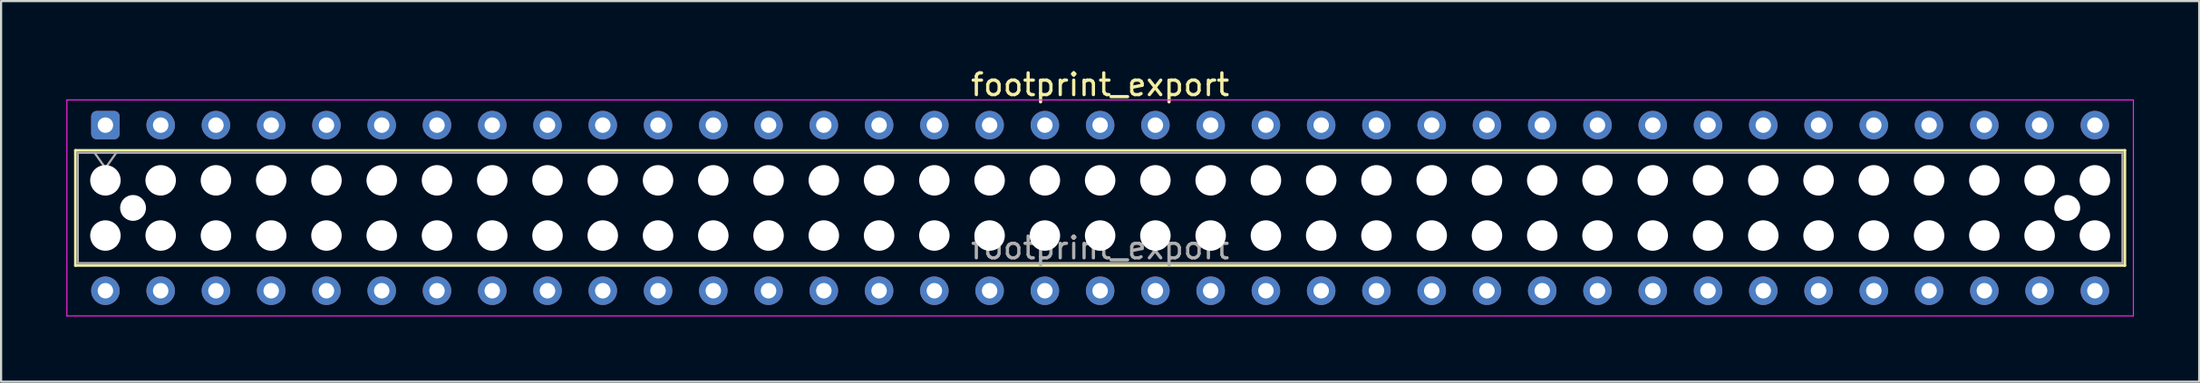
<source format=kicad_pcb>
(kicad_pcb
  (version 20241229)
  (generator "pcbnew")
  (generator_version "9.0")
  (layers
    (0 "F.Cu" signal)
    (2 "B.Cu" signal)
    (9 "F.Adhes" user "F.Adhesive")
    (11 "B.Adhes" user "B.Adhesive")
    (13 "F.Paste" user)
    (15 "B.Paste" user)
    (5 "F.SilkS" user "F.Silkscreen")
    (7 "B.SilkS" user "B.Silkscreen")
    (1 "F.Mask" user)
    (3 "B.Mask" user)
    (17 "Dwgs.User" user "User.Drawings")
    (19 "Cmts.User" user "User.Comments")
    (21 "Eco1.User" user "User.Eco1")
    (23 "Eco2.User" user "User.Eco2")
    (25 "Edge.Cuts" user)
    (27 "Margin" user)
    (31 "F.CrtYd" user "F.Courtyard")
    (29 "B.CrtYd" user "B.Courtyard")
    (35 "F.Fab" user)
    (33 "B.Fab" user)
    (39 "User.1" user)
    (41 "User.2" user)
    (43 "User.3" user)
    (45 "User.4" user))
  (footprint "footprint_export"
    (layer "F.Cu")
    (at 1.795 2.708)
    (property "Reference" "footprint_export" (at 45.72 -1.86 0) (layer "F.SilkS") (effects (font (size 1 1) (thickness 0.15))))
    (attr through_hole)
    (fp_line (start -1.38 1.16) (end 92.82 1.16) (stroke (width 0.12) (type solid)) (layer "F.SilkS"))
    (fp_line (start -1.38 6.46) (end -1.38 1.16) (stroke (width 0.12) (type solid)) (layer "F.SilkS"))
    (fp_line (start 92.82 1.16) (end 92.82 6.46) (stroke (width 0.12) (type solid)) (layer "F.SilkS"))
    (fp_line (start 92.82 6.46) (end -1.38 6.46) (stroke (width 0.12) (type solid)) (layer "F.SilkS"))
    (fp_line (start -1.77 -1.16) (end 93.21 -1.16) (stroke (width 0.05) (type solid)) (layer "F.CrtYd"))
    (fp_line (start -1.77 8.78) (end -1.77 -1.16) (stroke (width 0.05) (type solid)) (layer "F.CrtYd"))
    (fp_line (start 93.21 -1.16) (end 93.21 8.78) (stroke (width 0.05) (type solid)) (layer "F.CrtYd"))
    (fp_line (start 93.21 8.78) (end -1.77 8.78) (stroke (width 0.05) (type solid)) (layer "F.CrtYd"))
    (fp_line (start -1.27 1.27) (end 92.71 1.27) (stroke (width 0.1) (type solid)) (layer "F.Fab"))
    (fp_line (start -1.27 6.35) (end -1.27 1.27) (stroke (width 0.1) (type solid)) (layer "F.Fab"))
    (fp_line (start -0.5 1.27) (end 0 1.977) (stroke (width 0.1) (type solid)) (layer "F.Fab"))
    (fp_line (start 0 1.977) (end 0.5 1.27) (stroke (width 0.1) (type solid)) (layer "F.Fab"))
    (fp_line (start 92.71 1.27) (end 92.71 6.35) (stroke (width 0.1) (type solid)) (layer "F.Fab"))
    (fp_line (start 92.71 6.35) (end -1.27 6.35) (stroke (width 0.1) (type solid)) (layer "F.Fab"))
    (fp_text user "${REFERENCE}" (at 45.72 5.65 0) (layer "F.Fab") (effects (font (size 1 1) (thickness 0.15))))
    (pad "" np_thru_hole circle (at 0 2.54) (size 1.4 1.4) (drill 1.4) (layers "*.Cu" "*.Mask"))
    (pad "" np_thru_hole circle (at 0 5.08) (size 1.4 1.4) (drill 1.4) (layers "*.Cu" "*.Mask"))
    (pad "" np_thru_hole circle (at 1.27 3.81) (size 1.19 1.19) (drill 1.19) (layers "*.Cu" "*.Mask"))
    (pad "" np_thru_hole circle (at 2.54 2.54) (size 1.4 1.4) (drill 1.4) (layers "*.Cu" "*.Mask"))
    (pad "" np_thru_hole circle (at 2.54 5.08) (size 1.4 1.4) (drill 1.4) (layers "*.Cu" "*.Mask"))
    (pad "" np_thru_hole circle (at 5.08 2.54) (size 1.4 1.4) (drill 1.4) (layers "*.Cu" "*.Mask"))
    (pad "" np_thru_hole circle (at 5.08 5.08) (size 1.4 1.4) (drill 1.4) (layers "*.Cu" "*.Mask"))
    (pad "" np_thru_hole circle (at 7.62 2.54) (size 1.4 1.4) (drill 1.4) (layers "*.Cu" "*.Mask"))
    (pad "" np_thru_hole circle (at 7.62 5.08) (size 1.4 1.4) (drill 1.4) (layers "*.Cu" "*.Mask"))
    (pad "" np_thru_hole circle (at 10.16 2.54) (size 1.4 1.4) (drill 1.4) (layers "*.Cu" "*.Mask"))
    (pad "" np_thru_hole circle (at 10.16 5.08) (size 1.4 1.4) (drill 1.4) (layers "*.Cu" "*.Mask"))
    (pad "" np_thru_hole circle (at 12.7 2.54) (size 1.4 1.4) (drill 1.4) (layers "*.Cu" "*.Mask"))
    (pad "" np_thru_hole circle (at 12.7 5.08) (size 1.4 1.4) (drill 1.4) (layers "*.Cu" "*.Mask"))
    (pad "" np_thru_hole circle (at 15.24 2.54) (size 1.4 1.4) (drill 1.4) (layers "*.Cu" "*.Mask"))
    (pad "" np_thru_hole circle (at 15.24 5.08) (size 1.4 1.4) (drill 1.4) (layers "*.Cu" "*.Mask"))
    (pad "" np_thru_hole circle (at 17.78 2.54) (size 1.4 1.4) (drill 1.4) (layers "*.Cu" "*.Mask"))
    (pad "" np_thru_hole circle (at 17.78 5.08) (size 1.4 1.4) (drill 1.4) (layers "*.Cu" "*.Mask"))
    (pad "" np_thru_hole circle (at 20.32 2.54) (size 1.4 1.4) (drill 1.4) (layers "*.Cu" "*.Mask"))
    (pad "" np_thru_hole circle (at 20.32 5.08) (size 1.4 1.4) (drill 1.4) (layers "*.Cu" "*.Mask"))
    (pad "" np_thru_hole circle (at 22.86 2.54) (size 1.4 1.4) (drill 1.4) (layers "*.Cu" "*.Mask"))
    (pad "" np_thru_hole circle (at 22.86 5.08) (size 1.4 1.4) (drill 1.4) (layers "*.Cu" "*.Mask"))
    (pad "" np_thru_hole circle (at 25.4 2.54) (size 1.4 1.4) (drill 1.4) (layers "*.Cu" "*.Mask"))
    (pad "" np_thru_hole circle (at 25.4 5.08) (size 1.4 1.4) (drill 1.4) (layers "*.Cu" "*.Mask"))
    (pad "" np_thru_hole circle (at 27.94 2.54) (size 1.4 1.4) (drill 1.4) (layers "*.Cu" "*.Mask"))
    (pad "" np_thru_hole circle (at 27.94 5.08) (size 1.4 1.4) (drill 1.4) (layers "*.Cu" "*.Mask"))
    (pad "" np_thru_hole circle (at 30.48 2.54) (size 1.4 1.4) (drill 1.4) (layers "*.Cu" "*.Mask"))
    (pad "" np_thru_hole circle (at 30.48 5.08) (size 1.4 1.4) (drill 1.4) (layers "*.Cu" "*.Mask"))
    (pad "" np_thru_hole circle (at 33.02 2.54) (size 1.4 1.4) (drill 1.4) (layers "*.Cu" "*.Mask"))
    (pad "" np_thru_hole circle (at 33.02 5.08) (size 1.4 1.4) (drill 1.4) (layers "*.Cu" "*.Mask"))
    (pad "" np_thru_hole circle (at 35.56 2.54) (size 1.4 1.4) (drill 1.4) (layers "*.Cu" "*.Mask"))
    (pad "" np_thru_hole circle (at 35.56 5.08) (size 1.4 1.4) (drill 1.4) (layers "*.Cu" "*.Mask"))
    (pad "" np_thru_hole circle (at 38.1 2.54) (size 1.4 1.4) (drill 1.4) (layers "*.Cu" "*.Mask"))
    (pad "" np_thru_hole circle (at 38.1 5.08) (size 1.4 1.4) (drill 1.4) (layers "*.Cu" "*.Mask"))
    (pad "" np_thru_hole circle (at 40.64 2.54) (size 1.4 1.4) (drill 1.4) (layers "*.Cu" "*.Mask"))
    (pad "" np_thru_hole circle (at 40.64 5.08) (size 1.4 1.4) (drill 1.4) (layers "*.Cu" "*.Mask"))
    (pad "" np_thru_hole circle (at 43.18 2.54) (size 1.4 1.4) (drill 1.4) (layers "*.Cu" "*.Mask"))
    (pad "" np_thru_hole circle (at 43.18 5.08) (size 1.4 1.4) (drill 1.4) (layers "*.Cu" "*.Mask"))
    (pad "" np_thru_hole circle (at 45.72 2.54) (size 1.4 1.4) (drill 1.4) (layers "*.Cu" "*.Mask"))
    (pad "" np_thru_hole circle (at 45.72 5.08) (size 1.4 1.4) (drill 1.4) (layers "*.Cu" "*.Mask"))
    (pad "" np_thru_hole circle (at 48.26 2.54) (size 1.4 1.4) (drill 1.4) (layers "*.Cu" "*.Mask"))
    (pad "" np_thru_hole circle (at 48.26 5.08) (size 1.4 1.4) (drill 1.4) (layers "*.Cu" "*.Mask"))
    (pad "" np_thru_hole circle (at 50.8 2.54) (size 1.4 1.4) (drill 1.4) (layers "*.Cu" "*.Mask"))
    (pad "" np_thru_hole circle (at 50.8 5.08) (size 1.4 1.4) (drill 1.4) (layers "*.Cu" "*.Mask"))
    (pad "" np_thru_hole circle (at 53.34 2.54) (size 1.4 1.4) (drill 1.4) (layers "*.Cu" "*.Mask"))
    (pad "" np_thru_hole circle (at 53.34 5.08) (size 1.4 1.4) (drill 1.4) (layers "*.Cu" "*.Mask"))
    (pad "" np_thru_hole circle (at 55.88 2.54) (size 1.4 1.4) (drill 1.4) (layers "*.Cu" "*.Mask"))
    (pad "" np_thru_hole circle (at 55.88 5.08) (size 1.4 1.4) (drill 1.4) (layers "*.Cu" "*.Mask"))
    (pad "" np_thru_hole circle (at 58.42 2.54) (size 1.4 1.4) (drill 1.4) (layers "*.Cu" "*.Mask"))
    (pad "" np_thru_hole circle (at 58.42 5.08) (size 1.4 1.4) (drill 1.4) (layers "*.Cu" "*.Mask"))
    (pad "" np_thru_hole circle (at 60.96 2.54) (size 1.4 1.4) (drill 1.4) (layers "*.Cu" "*.Mask"))
    (pad "" np_thru_hole circle (at 60.96 5.08) (size 1.4 1.4) (drill 1.4) (layers "*.Cu" "*.Mask"))
    (pad "" np_thru_hole circle (at 63.5 2.54) (size 1.4 1.4) (drill 1.4) (layers "*.Cu" "*.Mask"))
    (pad "" np_thru_hole circle (at 63.5 5.08) (size 1.4 1.4) (drill 1.4) (layers "*.Cu" "*.Mask"))
    (pad "" np_thru_hole circle (at 66.04 2.54) (size 1.4 1.4) (drill 1.4) (layers "*.Cu" "*.Mask"))
    (pad "" np_thru_hole circle (at 66.04 5.08) (size 1.4 1.4) (drill 1.4) (layers "*.Cu" "*.Mask"))
    (pad "" np_thru_hole circle (at 68.58 2.54) (size 1.4 1.4) (drill 1.4) (layers "*.Cu" "*.Mask"))
    (pad "" np_thru_hole circle (at 68.58 5.08) (size 1.4 1.4) (drill 1.4) (layers "*.Cu" "*.Mask"))
    (pad "" np_thru_hole circle (at 71.12 2.54) (size 1.4 1.4) (drill 1.4) (layers "*.Cu" "*.Mask"))
    (pad "" np_thru_hole circle (at 71.12 5.08) (size 1.4 1.4) (drill 1.4) (layers "*.Cu" "*.Mask"))
    (pad "" np_thru_hole circle (at 73.66 2.54) (size 1.4 1.4) (drill 1.4) (layers "*.Cu" "*.Mask"))
    (pad "" np_thru_hole circle (at 73.66 5.08) (size 1.4 1.4) (drill 1.4) (layers "*.Cu" "*.Mask"))
    (pad "" np_thru_hole circle (at 76.2 2.54) (size 1.4 1.4) (drill 1.4) (layers "*.Cu" "*.Mask"))
    (pad "" np_thru_hole circle (at 76.2 5.08) (size 1.4 1.4) (drill 1.4) (layers "*.Cu" "*.Mask"))
    (pad "" np_thru_hole circle (at 78.74 2.54) (size 1.4 1.4) (drill 1.4) (layers "*.Cu" "*.Mask"))
    (pad "" np_thru_hole circle (at 78.74 5.08) (size 1.4 1.4) (drill 1.4) (layers "*.Cu" "*.Mask"))
    (pad "" np_thru_hole circle (at 81.28 2.54) (size 1.4 1.4) (drill 1.4) (layers "*.Cu" "*.Mask"))
    (pad "" np_thru_hole circle (at 81.28 5.08) (size 1.4 1.4) (drill 1.4) (layers "*.Cu" "*.Mask"))
    (pad "" np_thru_hole circle (at 83.82 2.54) (size 1.4 1.4) (drill 1.4) (layers "*.Cu" "*.Mask"))
    (pad "" np_thru_hole circle (at 83.82 5.08) (size 1.4 1.4) (drill 1.4) (layers "*.Cu" "*.Mask"))
    (pad "" np_thru_hole circle (at 86.36 2.54) (size 1.4 1.4) (drill 1.4) (layers "*.Cu" "*.Mask"))
    (pad "" np_thru_hole circle (at 86.36 5.08) (size 1.4 1.4) (drill 1.4) (layers "*.Cu" "*.Mask"))
    (pad "" np_thru_hole circle (at 88.9 2.54) (size 1.4 1.4) (drill 1.4) (layers "*.Cu" "*.Mask"))
    (pad "" np_thru_hole circle (at 88.9 5.08) (size 1.4 1.4) (drill 1.4) (layers "*.Cu" "*.Mask"))
    (pad "" np_thru_hole circle (at 90.17 3.81) (size 1.19 1.19) (drill 1.19) (layers "*.Cu" "*.Mask"))
    (pad "" np_thru_hole circle (at 91.44 2.54) (size 1.4 1.4) (drill 1.4) (layers "*.Cu" "*.Mask"))
    (pad "" np_thru_hole circle (at 91.44 5.08) (size 1.4 1.4) (drill 1.4) (layers "*.Cu" "*.Mask"))
    (pad "1" thru_hole roundrect (at 0 0) (size 1.31 1.31) (drill 0.71) (layers "*.Cu" "*.Mask") (roundrect_rratio 0.191))
    (pad "2" thru_hole circle (at 0 7.62) (size 1.31 1.31) (drill 0.71) (layers "*.Cu" "*.Mask"))
    (pad "3" thru_hole circle (at 2.54 0) (size 1.31 1.31) (drill 0.71) (layers "*.Cu" "*.Mask"))
    (pad "4" thru_hole circle (at 2.54 7.62) (size 1.31 1.31) (drill 0.71) (layers "*.Cu" "*.Mask"))
    (pad "5" thru_hole circle (at 5.08 0) (size 1.31 1.31) (drill 0.71) (layers "*.Cu" "*.Mask"))
    (pad "6" thru_hole circle (at 5.08 7.62) (size 1.31 1.31) (drill 0.71) (layers "*.Cu" "*.Mask"))
    (pad "7" thru_hole circle (at 7.62 0) (size 1.31 1.31) (drill 0.71) (layers "*.Cu" "*.Mask"))
    (pad "8" thru_hole circle (at 7.62 7.62) (size 1.31 1.31) (drill 0.71) (layers "*.Cu" "*.Mask"))
    (pad "9" thru_hole circle (at 10.16 0) (size 1.31 1.31) (drill 0.71) (layers "*.Cu" "*.Mask"))
    (pad "10" thru_hole circle (at 10.16 7.62) (size 1.31 1.31) (drill 0.71) (layers "*.Cu" "*.Mask"))
    (pad "11" thru_hole circle (at 12.7 0) (size 1.31 1.31) (drill 0.71) (layers "*.Cu" "*.Mask"))
    (pad "12" thru_hole circle (at 12.7 7.62) (size 1.31 1.31) (drill 0.71) (layers "*.Cu" "*.Mask"))
    (pad "13" thru_hole circle (at 15.24 0) (size 1.31 1.31) (drill 0.71) (layers "*.Cu" "*.Mask"))
    (pad "14" thru_hole circle (at 15.24 7.62) (size 1.31 1.31) (drill 0.71) (layers "*.Cu" "*.Mask"))
    (pad "15" thru_hole circle (at 17.78 0) (size 1.31 1.31) (drill 0.71) (layers "*.Cu" "*.Mask"))
    (pad "16" thru_hole circle (at 17.78 7.62) (size 1.31 1.31) (drill 0.71) (layers "*.Cu" "*.Mask"))
    (pad "17" thru_hole circle (at 20.32 0) (size 1.31 1.31) (drill 0.71) (layers "*.Cu" "*.Mask"))
    (pad "18" thru_hole circle (at 20.32 7.62) (size 1.31 1.31) (drill 0.71) (layers "*.Cu" "*.Mask"))
    (pad "19" thru_hole circle (at 22.86 0) (size 1.31 1.31) (drill 0.71) (layers "*.Cu" "*.Mask"))
    (pad "20" thru_hole circle (at 22.86 7.62) (size 1.31 1.31) (drill 0.71) (layers "*.Cu" "*.Mask"))
    (pad "21" thru_hole circle (at 25.4 0) (size 1.31 1.31) (drill 0.71) (layers "*.Cu" "*.Mask"))
    (pad "22" thru_hole circle (at 25.4 7.62) (size 1.31 1.31) (drill 0.71) (layers "*.Cu" "*.Mask"))
    (pad "23" thru_hole circle (at 27.94 0) (size 1.31 1.31) (drill 0.71) (layers "*.Cu" "*.Mask"))
    (pad "24" thru_hole circle (at 27.94 7.62) (size 1.31 1.31) (drill 0.71) (layers "*.Cu" "*.Mask"))
    (pad "25" thru_hole circle (at 30.48 0) (size 1.31 1.31) (drill 0.71) (layers "*.Cu" "*.Mask"))
    (pad "26" thru_hole circle (at 30.48 7.62) (size 1.31 1.31) (drill 0.71) (layers "*.Cu" "*.Mask"))
    (pad "27" thru_hole circle (at 33.02 0) (size 1.31 1.31) (drill 0.71) (layers "*.Cu" "*.Mask"))
    (pad "28" thru_hole circle (at 33.02 7.62) (size 1.31 1.31) (drill 0.71) (layers "*.Cu" "*.Mask"))
    (pad "29" thru_hole circle (at 35.56 0) (size 1.31 1.31) (drill 0.71) (layers "*.Cu" "*.Mask"))
    (pad "30" thru_hole circle (at 35.56 7.62) (size 1.31 1.31) (drill 0.71) (layers "*.Cu" "*.Mask"))
    (pad "31" thru_hole circle (at 38.1 0) (size 1.31 1.31) (drill 0.71) (layers "*.Cu" "*.Mask"))
    (pad "32" thru_hole circle (at 38.1 7.62) (size 1.31 1.31) (drill 0.71) (layers "*.Cu" "*.Mask"))
    (pad "33" thru_hole circle (at 40.64 0) (size 1.31 1.31) (drill 0.71) (layers "*.Cu" "*.Mask"))
    (pad "34" thru_hole circle (at 40.64 7.62) (size 1.31 1.31) (drill 0.71) (layers "*.Cu" "*.Mask"))
    (pad "35" thru_hole circle (at 43.18 0) (size 1.31 1.31) (drill 0.71) (layers "*.Cu" "*.Mask"))
    (pad "36" thru_hole circle (at 43.18 7.62) (size 1.31 1.31) (drill 0.71) (layers "*.Cu" "*.Mask"))
    (pad "37" thru_hole circle (at 45.72 0) (size 1.31 1.31) (drill 0.71) (layers "*.Cu" "*.Mask"))
    (pad "38" thru_hole circle (at 45.72 7.62) (size 1.31 1.31) (drill 0.71) (layers "*.Cu" "*.Mask"))
    (pad "39" thru_hole circle (at 48.26 0) (size 1.31 1.31) (drill 0.71) (layers "*.Cu" "*.Mask"))
    (pad "40" thru_hole circle (at 48.26 7.62) (size 1.31 1.31) (drill 0.71) (layers "*.Cu" "*.Mask"))
    (pad "41" thru_hole circle (at 50.8 0) (size 1.31 1.31) (drill 0.71) (layers "*.Cu" "*.Mask"))
    (pad "42" thru_hole circle (at 50.8 7.62) (size 1.31 1.31) (drill 0.71) (layers "*.Cu" "*.Mask"))
    (pad "43" thru_hole circle (at 53.34 0) (size 1.31 1.31) (drill 0.71) (layers "*.Cu" "*.Mask"))
    (pad "44" thru_hole circle (at 53.34 7.62) (size 1.31 1.31) (drill 0.71) (layers "*.Cu" "*.Mask"))
    (pad "45" thru_hole circle (at 55.88 0) (size 1.31 1.31) (drill 0.71) (layers "*.Cu" "*.Mask"))
    (pad "46" thru_hole circle (at 55.88 7.62) (size 1.31 1.31) (drill 0.71) (layers "*.Cu" "*.Mask"))
    (pad "47" thru_hole circle (at 58.42 0) (size 1.31 1.31) (drill 0.71) (layers "*.Cu" "*.Mask"))
    (pad "48" thru_hole circle (at 58.42 7.62) (size 1.31 1.31) (drill 0.71) (layers "*.Cu" "*.Mask"))
    (pad "49" thru_hole circle (at 60.96 0) (size 1.31 1.31) (drill 0.71) (layers "*.Cu" "*.Mask"))
    (pad "50" thru_hole circle (at 60.96 7.62) (size 1.31 1.31) (drill 0.71) (layers "*.Cu" "*.Mask"))
    (pad "51" thru_hole circle (at 63.5 0) (size 1.31 1.31) (drill 0.71) (layers "*.Cu" "*.Mask"))
    (pad "52" thru_hole circle (at 63.5 7.62) (size 1.31 1.31) (drill 0.71) (layers "*.Cu" "*.Mask"))
    (pad "53" thru_hole circle (at 66.04 0) (size 1.31 1.31) (drill 0.71) (layers "*.Cu" "*.Mask"))
    (pad "54" thru_hole circle (at 66.04 7.62) (size 1.31 1.31) (drill 0.71) (layers "*.Cu" "*.Mask"))
    (pad "55" thru_hole circle (at 68.58 0) (size 1.31 1.31) (drill 0.71) (layers "*.Cu" "*.Mask"))
    (pad "56" thru_hole circle (at 68.58 7.62) (size 1.31 1.31) (drill 0.71) (layers "*.Cu" "*.Mask"))
    (pad "57" thru_hole circle (at 71.12 0) (size 1.31 1.31) (drill 0.71) (layers "*.Cu" "*.Mask"))
    (pad "58" thru_hole circle (at 71.12 7.62) (size 1.31 1.31) (drill 0.71) (layers "*.Cu" "*.Mask"))
    (pad "59" thru_hole circle (at 73.66 0) (size 1.31 1.31) (drill 0.71) (layers "*.Cu" "*.Mask"))
    (pad "60" thru_hole circle (at 73.66 7.62) (size 1.31 1.31) (drill 0.71) (layers "*.Cu" "*.Mask"))
    (pad "61" thru_hole circle (at 76.2 0) (size 1.31 1.31) (drill 0.71) (layers "*.Cu" "*.Mask"))
    (pad "62" thru_hole circle (at 76.2 7.62) (size 1.31 1.31) (drill 0.71) (layers "*.Cu" "*.Mask"))
    (pad "63" thru_hole circle (at 78.74 0) (size 1.31 1.31) (drill 0.71) (layers "*.Cu" "*.Mask"))
    (pad "64" thru_hole circle (at 78.74 7.62) (size 1.31 1.31) (drill 0.71) (layers "*.Cu" "*.Mask"))
    (pad "65" thru_hole circle (at 81.28 0) (size 1.31 1.31) (drill 0.71) (layers "*.Cu" "*.Mask"))
    (pad "66" thru_hole circle (at 81.28 7.62) (size 1.31 1.31) (drill 0.71) (layers "*.Cu" "*.Mask"))
    (pad "67" thru_hole circle (at 83.82 0) (size 1.31 1.31) (drill 0.71) (layers "*.Cu" "*.Mask"))
    (pad "68" thru_hole circle (at 83.82 7.62) (size 1.31 1.31) (drill 0.71) (layers "*.Cu" "*.Mask"))
    (pad "69" thru_hole circle (at 86.36 0) (size 1.31 1.31) (drill 0.71) (layers "*.Cu" "*.Mask"))
    (pad "70" thru_hole circle (at 86.36 7.62) (size 1.31 1.31) (drill 0.71) (layers "*.Cu" "*.Mask"))
    (pad "71" thru_hole circle (at 88.9 0) (size 1.31 1.31) (drill 0.71) (layers "*.Cu" "*.Mask"))
    (pad "72" thru_hole circle (at 88.9 7.62) (size 1.31 1.31) (drill 0.71) (layers "*.Cu" "*.Mask"))
    (pad "73" thru_hole circle (at 91.44 0) (size 1.31 1.31) (drill 0.71) (layers "*.Cu" "*.Mask"))
    (pad "74" thru_hole circle (at 91.44 7.62) (size 1.31 1.31) (drill 0.71) (layers "*.Cu" "*.Mask")))
  (gr_rect
    (start -3 -3)
    (end 98.03 14.513)
    (stroke (width 0.1) (type default))
    (fill no)
    (layer "Edge.Cuts")))
</source>
